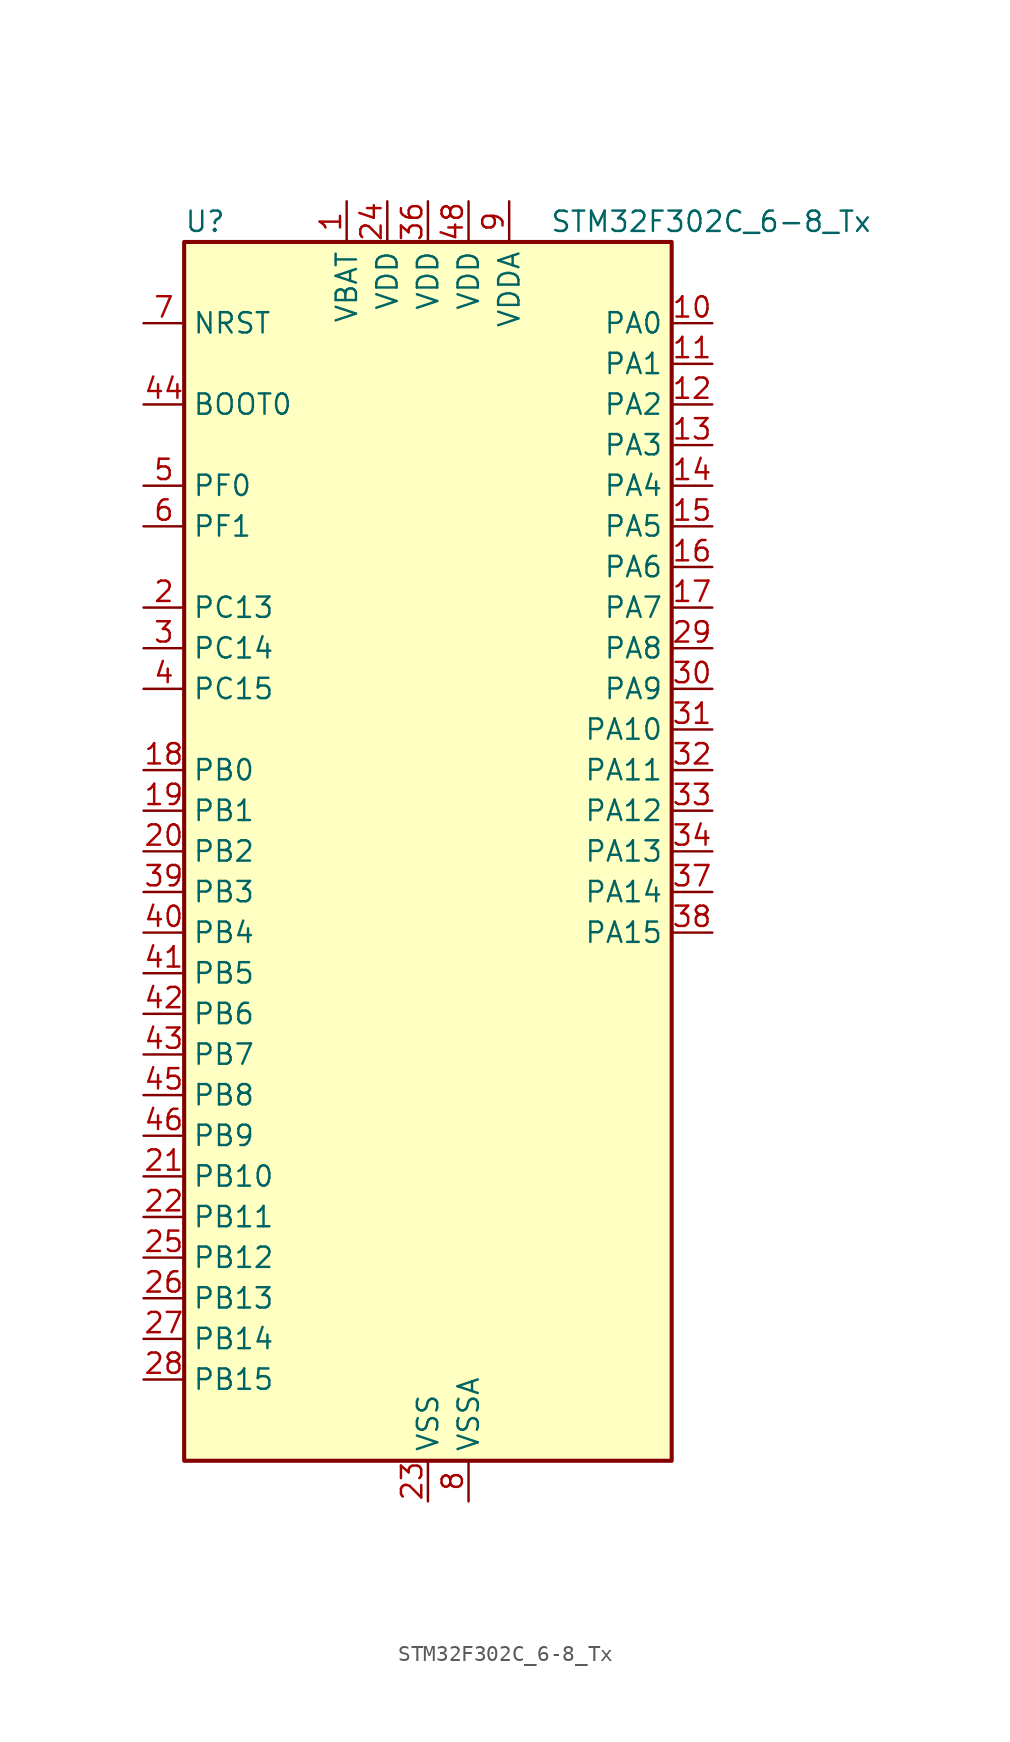
<source format=kicad_sym>
(kicad_symbol_lib
  (version 20241209)
  (generator "kicad_symbol_editor")
  (generator_version "9.0")
  (symbol "STM32F302C_6-8_Tx"
    (property "Reference" "U"
      (at -15.24 39.37 0)
      (effects (font (size 1.27 1.27)) (justify left)))
    (property "Value" "STM32F302C_6-8_Tx"
      (at 7.62 39.37 0)
      (effects (font (size 1.27 1.27)) (justify left)))
    (symbol "STM32F302C_6-8_Tx_0_1"
      (rectangle (start -15.24 -38.1) (end 15.24 38.1) (stroke (width 0.254) (type default)) (fill (type background))))
    (symbol "STM32F302C_6-8_Tx_1_1"
      (pin input line (at -17.78 33.02 0) (length 2.54) (name "NRST" (effects (font (size 1.27 1.27)))) (number "7" (effects (font (size 1.27 1.27)))))
      (pin input line (at -17.78 27.94 0) (length 2.54) (name "BOOT0" (effects (font (size 1.27 1.27)))) (number "44" (effects (font (size 1.27 1.27)))))
      (pin bidirectional line (at -17.78 22.86 0) (length 2.54) (name "PF0" (effects (font (size 1.27 1.27)))) (number "5" (effects (font (size 1.27 1.27)))) (alternate "I2C2_SDA" bidirectional line) (alternate "I2S2_WS" bidirectional line) (alternate "RCC_OSC_IN" bidirectional line) (alternate "SPI2_NSS" bidirectional line) (alternate "TIM1_CH3N" bidirectional line))
      (pin bidirectional line (at -17.78 20.32 0) (length 2.54) (name "PF1" (effects (font (size 1.27 1.27)))) (number "6" (effects (font (size 1.27 1.27)))) (alternate "I2C2_SCL" bidirectional line) (alternate "I2S2_CK" bidirectional line) (alternate "RCC_OSC_OUT" bidirectional line) (alternate "SPI2_SCK" bidirectional line))
      (pin bidirectional line (at -17.78 15.24 0) (length 2.54) (name "PC13" (effects (font (size 1.27 1.27)))) (number "2" (effects (font (size 1.27 1.27)))) (alternate "RTC_OUT_ALARM" bidirectional line) (alternate "RTC_OUT_CALIB" bidirectional line) (alternate "RTC_TAMP1" bidirectional line) (alternate "RTC_TS" bidirectional line) (alternate "SYS_WKUP2" bidirectional line) (alternate "TIM1_CH1N" bidirectional line))
      (pin bidirectional line (at -17.78 12.7 0) (length 2.54) (name "PC14" (effects (font (size 1.27 1.27)))) (number "3" (effects (font (size 1.27 1.27)))) (alternate "RCC_OSC32_IN" bidirectional line))
      (pin bidirectional line (at -17.78 10.16 0) (length 2.54) (name "PC15" (effects (font (size 1.27 1.27)))) (number "4" (effects (font (size 1.27 1.27)))) (alternate "ADC1_EXTI15" bidirectional line) (alternate "RCC_OSC32_OUT" bidirectional line))
      (pin bidirectional line (at -17.78 5.08 0) (length 2.54) (name "PB0" (effects (font (size 1.27 1.27)))) (number "18" (effects (font (size 1.27 1.27)))) (alternate "ADC1_IN11" bidirectional line) (alternate "COMP4_INP" bidirectional line) (alternate "OPAMP2_VINP" bidirectional line) (alternate "OPAMP2_VINP_SEC" bidirectional line) (alternate "TIM1_CH2N" bidirectional line) (alternate "TSC_G3_IO2" bidirectional line))
      (pin bidirectional line (at -17.78 2.54 0) (length 2.54) (name "PB1" (effects (font (size 1.27 1.27)))) (number "19" (effects (font (size 1.27 1.27)))) (alternate "ADC1_IN12" bidirectional line) (alternate "COMP4_OUT" bidirectional line) (alternate "TIM1_CH3N" bidirectional line) (alternate "TSC_G3_IO3" bidirectional line))
      (pin bidirectional line (at -17.78 0 0) (length 2.54) (name "PB2" (effects (font (size 1.27 1.27)))) (number "20" (effects (font (size 1.27 1.27)))) (alternate "COMP4_INM" bidirectional line) (alternate "TSC_G3_IO4" bidirectional line))
      (pin bidirectional line (at -17.78 -2.54 0) (length 2.54) (name "PB3" (effects (font (size 1.27 1.27)))) (number "39" (effects (font (size 1.27 1.27)))) (alternate "I2S3_CK" bidirectional line) (alternate "SPI3_SCK" bidirectional line) (alternate "SYS_JTDO-TRACESWO" bidirectional line) (alternate "TIM2_CH2" bidirectional line) (alternate "TSC_G5_IO1" bidirectional line) (alternate "USART2_TX" bidirectional line))
      (pin bidirectional line (at -17.78 -5.08 0) (length 2.54) (name "PB4" (effects (font (size 1.27 1.27)))) (number "40" (effects (font (size 1.27 1.27)))) (alternate "I2S3_ext_SD" bidirectional line) (alternate "SPI3_MISO" bidirectional line) (alternate "SYS_NJTRST" bidirectional line) (alternate "TIM16_CH1" bidirectional line) (alternate "TIM17_BKIN" bidirectional line) (alternate "TSC_G5_IO2" bidirectional line) (alternate "USART2_RX" bidirectional line))
      (pin bidirectional line (at -17.78 -7.62 0) (length 2.54) (name "PB5" (effects (font (size 1.27 1.27)))) (number "41" (effects (font (size 1.27 1.27)))) (alternate "I2C1_SMBA" bidirectional line) (alternate "I2C3_SDA" bidirectional line) (alternate "I2S3_SD" bidirectional line) (alternate "SPI3_MOSI" bidirectional line) (alternate "TIM16_BKIN" bidirectional line) (alternate "TIM17_CH1" bidirectional line) (alternate "USART2_CK" bidirectional line))
      (pin bidirectional line (at -17.78 -10.16 0) (length 2.54) (name "PB6" (effects (font (size 1.27 1.27)))) (number "42" (effects (font (size 1.27 1.27)))) (alternate "I2C1_SCL" bidirectional line) (alternate "TIM16_CH1N" bidirectional line) (alternate "TSC_G5_IO3" bidirectional line) (alternate "USART1_TX" bidirectional line))
      (pin bidirectional line (at -17.78 -12.7 0) (length 2.54) (name "PB7" (effects (font (size 1.27 1.27)))) (number "43" (effects (font (size 1.27 1.27)))) (alternate "I2C1_SDA" bidirectional line) (alternate "TIM17_CH1N" bidirectional line) (alternate "TSC_G5_IO4" bidirectional line) (alternate "USART1_RX" bidirectional line))
      (pin bidirectional line (at -17.78 -15.24 0) (length 2.54) (name "PB8" (effects (font (size 1.27 1.27)))) (number "45" (effects (font (size 1.27 1.27)))) (alternate "CAN_RX" bidirectional line) (alternate "I2C1_SCL" bidirectional line) (alternate "TIM16_CH1" bidirectional line) (alternate "TIM1_BKIN" bidirectional line) (alternate "TSC_SYNC" bidirectional line) (alternate "USART3_RX" bidirectional line))
      (pin bidirectional line (at -17.78 -17.78 0) (length 2.54) (name "PB9" (effects (font (size 1.27 1.27)))) (number "46" (effects (font (size 1.27 1.27)))) (alternate "CAN_TX" bidirectional line) (alternate "COMP2_OUT" bidirectional line) (alternate "DAC_EXTI9" bidirectional line) (alternate "I2C1_SDA" bidirectional line) (alternate "IR_OUT" bidirectional line) (alternate "TIM17_CH1" bidirectional line) (alternate "USART3_TX" bidirectional line))
      (pin bidirectional line (at -17.78 -20.32 0) (length 2.54) (name "PB10" (effects (font (size 1.27 1.27)))) (number "21" (effects (font (size 1.27 1.27)))) (alternate "TIM2_CH3" bidirectional line) (alternate "TSC_SYNC" bidirectional line) (alternate "USART3_TX" bidirectional line))
      (pin bidirectional line (at -17.78 -22.86 0) (length 2.54) (name "PB11" (effects (font (size 1.27 1.27)))) (number "22" (effects (font (size 1.27 1.27)))) (alternate "ADC1_EXTI11" bidirectional line) (alternate "ADC1_IN14" bidirectional line) (alternate "COMP6_INP" bidirectional line) (alternate "TIM2_CH4" bidirectional line) (alternate "TSC_G6_IO1" bidirectional line) (alternate "USART3_RX" bidirectional line))
      (pin bidirectional line (at -17.78 -25.4 0) (length 2.54) (name "PB12" (effects (font (size 1.27 1.27)))) (number "25" (effects (font (size 1.27 1.27)))) (alternate "I2C2_SMBA" bidirectional line) (alternate "I2S2_WS" bidirectional line) (alternate "SPI2_NSS" bidirectional line) (alternate "TIM1_BKIN" bidirectional line) (alternate "TSC_G6_IO2" bidirectional line) (alternate "USART3_CK" bidirectional line))
      (pin bidirectional line (at -17.78 -27.94 0) (length 2.54) (name "PB13" (effects (font (size 1.27 1.27)))) (number "26" (effects (font (size 1.27 1.27)))) (alternate "ADC1_IN13" bidirectional line) (alternate "I2S2_CK" bidirectional line) (alternate "SPI2_SCK" bidirectional line) (alternate "TIM1_CH1N" bidirectional line) (alternate "TSC_G6_IO3" bidirectional line) (alternate "USART3_CTS" bidirectional line))
      (pin bidirectional line (at -17.78 -30.48 0) (length 2.54) (name "PB14" (effects (font (size 1.27 1.27)))) (number "27" (effects (font (size 1.27 1.27)))) (alternate "I2S2_ext_SD" bidirectional line) (alternate "OPAMP2_VINP" bidirectional line) (alternate "OPAMP2_VINP_SEC" bidirectional line) (alternate "SPI2_MISO" bidirectional line) (alternate "TIM15_CH1" bidirectional line) (alternate "TIM1_CH2N" bidirectional line) (alternate "TSC_G6_IO4" bidirectional line) (alternate "USART3_DE" bidirectional line) (alternate "USART3_RTS" bidirectional line))
      (pin bidirectional line (at -17.78 -33.02 0) (length 2.54) (name "PB15" (effects (font (size 1.27 1.27)))) (number "28" (effects (font (size 1.27 1.27)))) (alternate "ADC1_EXTI15" bidirectional line) (alternate "COMP6_INM" bidirectional line) (alternate "I2S2_SD" bidirectional line) (alternate "RTC_REFIN" bidirectional line) (alternate "SPI2_MOSI" bidirectional line) (alternate "TIM15_CH1N" bidirectional line) (alternate "TIM15_CH2" bidirectional line) (alternate "TIM1_CH3N" bidirectional line))
      (pin power_in line (at -5.08 40.64 270) (length 2.54) (name "VBAT" (effects (font (size 1.27 1.27)))) (number "1" (effects (font (size 1.27 1.27)))))
      (pin power_in line (at -2.54 40.64 270) (length 2.54) (name "VDD" (effects (font (size 1.27 1.27)))) (number "24" (effects (font (size 1.27 1.27)))))
      (pin power_in line (at 0 40.64 270) (length 2.54) (name "VDD" (effects (font (size 1.27 1.27)))) (number "36" (effects (font (size 1.27 1.27)))))
      (pin power_in line (at 0 -40.64 90) (length 2.54) (name "VSS" (effects (font (size 1.27 1.27)))) (number "23" (effects (font (size 1.27 1.27)))))
      (pin passive line (at 0 -40.64 90) (length 2.54) (hide yes) (name "VSS" (effects (font (size 1.27 1.27)))) (number "35" (effects (font (size 1.27 1.27)))))
      (pin passive line (at 0 -40.64 90) (length 2.54) (hide yes) (name "VSS" (effects (font (size 1.27 1.27)))) (number "47" (effects (font (size 1.27 1.27)))))
      (pin power_in line (at 2.54 40.64 270) (length 2.54) (name "VDD" (effects (font (size 1.27 1.27)))) (number "48" (effects (font (size 1.27 1.27)))))
      (pin power_in line (at 2.54 -40.64 90) (length 2.54) (name "VSSA" (effects (font (size 1.27 1.27)))) (number "8" (effects (font (size 1.27 1.27)))))
      (pin power_in line (at 5.08 40.64 270) (length 2.54) (name "VDDA" (effects (font (size 1.27 1.27)))) (number "9" (effects (font (size 1.27 1.27)))))
      (pin bidirectional line (at 17.78 33.02 180) (length 2.54) (name "PA0" (effects (font (size 1.27 1.27)))) (number "10" (effects (font (size 1.27 1.27)))) (alternate "ADC1_IN1" bidirectional line) (alternate "RTC_TAMP2" bidirectional line) (alternate "SYS_WKUP1" bidirectional line) (alternate "TIM2_CH1" bidirectional line) (alternate "TIM2_ETR" bidirectional line) (alternate "TSC_G1_IO1" bidirectional line) (alternate "USART2_CTS" bidirectional line))
      (pin bidirectional line (at 17.78 30.48 180) (length 2.54) (name "PA1" (effects (font (size 1.27 1.27)))) (number "11" (effects (font (size 1.27 1.27)))) (alternate "ADC1_IN2" bidirectional line) (alternate "RTC_REFIN" bidirectional line) (alternate "TIM15_CH1N" bidirectional line) (alternate "TIM2_CH2" bidirectional line) (alternate "TSC_G1_IO2" bidirectional line) (alternate "USART2_DE" bidirectional line) (alternate "USART2_RTS" bidirectional line))
      (pin bidirectional line (at 17.78 27.94 180) (length 2.54) (name "PA2" (effects (font (size 1.27 1.27)))) (number "12" (effects (font (size 1.27 1.27)))) (alternate "ADC1_IN3" bidirectional line) (alternate "COMP2_INM" bidirectional line) (alternate "COMP2_OUT" bidirectional line) (alternate "TIM15_CH1" bidirectional line) (alternate "TIM2_CH3" bidirectional line) (alternate "TSC_G1_IO3" bidirectional line) (alternate "USART2_TX" bidirectional line))
      (pin bidirectional line (at 17.78 25.4 180) (length 2.54) (name "PA3" (effects (font (size 1.27 1.27)))) (number "13" (effects (font (size 1.27 1.27)))) (alternate "ADC1_IN4" bidirectional line) (alternate "TIM15_CH2" bidirectional line) (alternate "TIM2_CH4" bidirectional line) (alternate "TSC_G1_IO4" bidirectional line) (alternate "USART2_RX" bidirectional line))
      (pin bidirectional line (at 17.78 22.86 180) (length 2.54) (name "PA4" (effects (font (size 1.27 1.27)))) (number "14" (effects (font (size 1.27 1.27)))) (alternate "ADC1_IN5" bidirectional line) (alternate "COMP2_INM" bidirectional line) (alternate "COMP4_INM" bidirectional line) (alternate "COMP6_INM" bidirectional line) (alternate "DAC_OUT1" bidirectional line) (alternate "I2S3_WS" bidirectional line) (alternate "SPI3_NSS" bidirectional line) (alternate "TSC_G2_IO1" bidirectional line) (alternate "USART2_CK" bidirectional line))
      (pin bidirectional line (at 17.78 20.32 180) (length 2.54) (name "PA5" (effects (font (size 1.27 1.27)))) (number "15" (effects (font (size 1.27 1.27)))) (alternate "OPAMP2_VINM" bidirectional line) (alternate "OPAMP2_VINM_SEC" bidirectional line) (alternate "TIM2_CH1" bidirectional line) (alternate "TIM2_ETR" bidirectional line) (alternate "TSC_G2_IO2" bidirectional line))
      (pin bidirectional line (at 17.78 17.78 180) (length 2.54) (name "PA6" (effects (font (size 1.27 1.27)))) (number "16" (effects (font (size 1.27 1.27)))) (alternate "ADC1_IN10" bidirectional line) (alternate "OPAMP2_VOUT" bidirectional line) (alternate "TIM16_CH1" bidirectional line) (alternate "TIM1_BKIN" bidirectional line) (alternate "TSC_G2_IO3" bidirectional line))
      (pin bidirectional line (at 17.78 15.24 180) (length 2.54) (name "PA7" (effects (font (size 1.27 1.27)))) (number "17" (effects (font (size 1.27 1.27)))) (alternate "ADC1_IN15" bidirectional line) (alternate "COMP2_INP" bidirectional line) (alternate "OPAMP2_VINP" bidirectional line) (alternate "OPAMP2_VINP_SEC" bidirectional line) (alternate "TIM17_CH1" bidirectional line) (alternate "TIM1_CH1N" bidirectional line) (alternate "TSC_G2_IO4" bidirectional line))
      (pin bidirectional line (at 17.78 12.7 180) (length 2.54) (name "PA8" (effects (font (size 1.27 1.27)))) (number "29" (effects (font (size 1.27 1.27)))) (alternate "I2C2_SMBA" bidirectional line) (alternate "I2C3_SCL" bidirectional line) (alternate "I2S2_MCK" bidirectional line) (alternate "RCC_MCO" bidirectional line) (alternate "TIM1_CH1" bidirectional line) (alternate "USART1_CK" bidirectional line))
      (pin bidirectional line (at 17.78 10.16 180) (length 2.54) (name "PA9" (effects (font (size 1.27 1.27)))) (number "30" (effects (font (size 1.27 1.27)))) (alternate "DAC_EXTI9" bidirectional line) (alternate "I2C2_SCL" bidirectional line) (alternate "I2C3_SMBA" bidirectional line) (alternate "I2S3_MCK" bidirectional line) (alternate "TIM15_BKIN" bidirectional line) (alternate "TIM1_CH2" bidirectional line) (alternate "TIM2_CH3" bidirectional line) (alternate "TSC_G4_IO1" bidirectional line) (alternate "USART1_TX" bidirectional line))
      (pin bidirectional line (at 17.78 7.62 180) (length 2.54) (name "PA10" (effects (font (size 1.27 1.27)))) (number "31" (effects (font (size 1.27 1.27)))) (alternate "COMP6_OUT" bidirectional line) (alternate "I2C2_SDA" bidirectional line) (alternate "I2S2_ext_SD" bidirectional line) (alternate "SPI2_MISO" bidirectional line) (alternate "TIM17_BKIN" bidirectional line) (alternate "TIM1_CH3" bidirectional line) (alternate "TIM2_CH4" bidirectional line) (alternate "TSC_G4_IO2" bidirectional line) (alternate "USART1_RX" bidirectional line))
      (pin bidirectional line (at 17.78 5.08 180) (length 2.54) (name "PA11" (effects (font (size 1.27 1.27)))) (number "32" (effects (font (size 1.27 1.27)))) (alternate "ADC1_EXTI11" bidirectional line) (alternate "CAN_RX" bidirectional line) (alternate "I2S2_SD" bidirectional line) (alternate "SPI2_MOSI" bidirectional line) (alternate "TIM1_BKIN2" bidirectional line) (alternate "TIM1_CH1N" bidirectional line) (alternate "TIM1_CH4" bidirectional line) (alternate "USART1_CTS" bidirectional line) (alternate "USB_DM" bidirectional line))
      (pin bidirectional line (at 17.78 2.54 180) (length 2.54) (name "PA12" (effects (font (size 1.27 1.27)))) (number "33" (effects (font (size 1.27 1.27)))) (alternate "CAN_TX" bidirectional line) (alternate "COMP2_OUT" bidirectional line) (alternate "I2S_CKIN" bidirectional line) (alternate "TIM16_CH1" bidirectional line) (alternate "TIM1_CH2N" bidirectional line) (alternate "TIM1_ETR" bidirectional line) (alternate "USART1_DE" bidirectional line) (alternate "USART1_RTS" bidirectional line) (alternate "USB_DP" bidirectional line))
      (pin bidirectional line (at 17.78 0 180) (length 2.54) (name "PA13" (effects (font (size 1.27 1.27)))) (number "34" (effects (font (size 1.27 1.27)))) (alternate "IR_OUT" bidirectional line) (alternate "SYS_JTMS-SWDIO" bidirectional line) (alternate "TIM16_CH1N" bidirectional line) (alternate "TSC_G4_IO3" bidirectional line) (alternate "USART3_CTS" bidirectional line))
      (pin bidirectional line (at 17.78 -2.54 180) (length 2.54) (name "PA14" (effects (font (size 1.27 1.27)))) (number "37" (effects (font (size 1.27 1.27)))) (alternate "I2C1_SDA" bidirectional line) (alternate "SYS_JTCK-SWCLK" bidirectional line) (alternate "TIM1_BKIN" bidirectional line) (alternate "TSC_G4_IO4" bidirectional line) (alternate "USART2_TX" bidirectional line))
      (pin bidirectional line (at 17.78 -5.08 180) (length 2.54) (name "PA15" (effects (font (size 1.27 1.27)))) (number "38" (effects (font (size 1.27 1.27)))) (alternate "ADC1_EXTI15" bidirectional line) (alternate "I2C1_SCL" bidirectional line) (alternate "I2S3_WS" bidirectional line) (alternate "SPI3_NSS" bidirectional line) (alternate "SYS_JTDI" bidirectional line) (alternate "TIM1_BKIN" bidirectional line) (alternate "TIM2_CH1" bidirectional line) (alternate "TIM2_ETR" bidirectional line) (alternate "TSC_SYNC" bidirectional line) (alternate "USART2_RX" bidirectional line)))))
</source>
